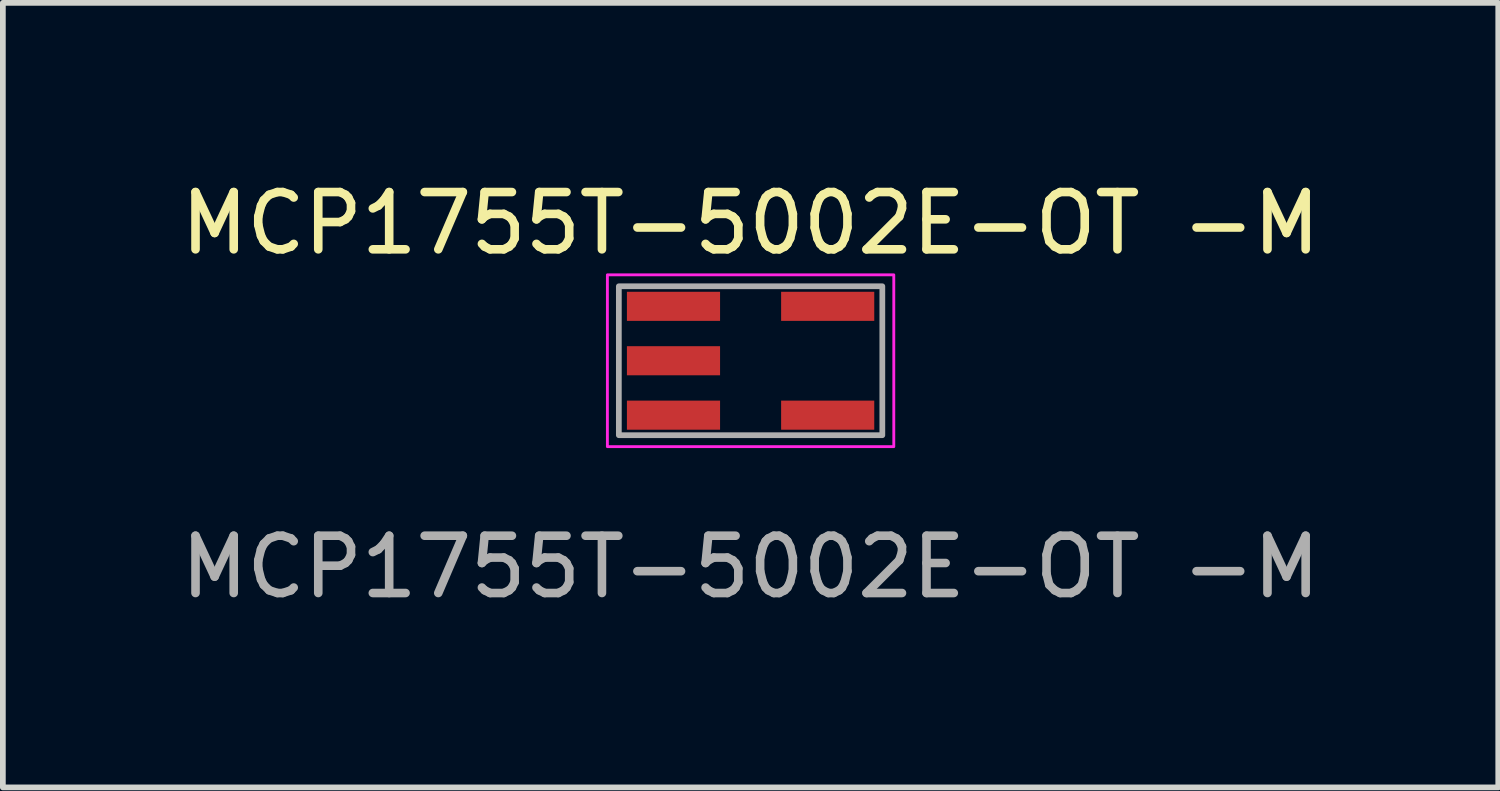
<source format=kicad_pcb>
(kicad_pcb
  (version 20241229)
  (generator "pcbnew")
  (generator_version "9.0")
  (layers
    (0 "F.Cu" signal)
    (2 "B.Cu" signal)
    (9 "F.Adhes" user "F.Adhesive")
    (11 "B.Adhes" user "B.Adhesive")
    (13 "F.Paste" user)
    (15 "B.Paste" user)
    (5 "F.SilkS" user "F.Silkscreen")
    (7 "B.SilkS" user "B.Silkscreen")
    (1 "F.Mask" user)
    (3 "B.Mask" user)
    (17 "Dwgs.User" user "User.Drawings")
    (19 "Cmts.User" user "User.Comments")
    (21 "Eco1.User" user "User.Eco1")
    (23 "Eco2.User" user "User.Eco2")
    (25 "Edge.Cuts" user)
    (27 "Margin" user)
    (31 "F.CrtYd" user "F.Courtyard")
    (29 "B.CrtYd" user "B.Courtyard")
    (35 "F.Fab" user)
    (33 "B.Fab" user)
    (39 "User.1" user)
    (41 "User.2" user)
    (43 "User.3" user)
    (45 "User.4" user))
  (footprint "MCP1755T-5002E-OT -M"
    (layer "F.Cu")
    (at 10.054 3.248)
    (property "Reference" "MCP1755T-5002E-OT -M" (at 0 -2.4 0) (unlocked yes) (layer "F.SilkS") (effects (font (size 1 1) (thickness 0.15))))
    (attr smd)
    (fp_rect (start -2.5 -1.5) (end 2.5 1.5) (stroke (width 0.05) (type default)) (fill no) (layer "F.CrtYd"))
    (fp_rect (start -2.3 -1.3) (end 2.3 1.3) (stroke (width 0.1) (type default)) (fill no) (layer "F.Fab"))
    (fp_text user "${REFERENCE}" (at 0 3.6 0) (unlocked yes) (layer "F.Fab") (effects (font (size 1 1) (thickness 0.15))))
    (pad "1" smd rect (at -1.346 -0.95) (size 1.626 0.508) (layers "F.Cu" "F.Mask" "F.Paste"))
    (pad "2" smd rect (at -1.346 0) (size 1.626 0.508) (layers "F.Cu" "F.Mask" "F.Paste"))
    (pad "3" smd rect (at -1.346 0.95) (size 1.626 0.508) (layers "F.Cu" "F.Mask" "F.Paste"))
    (pad "4" smd rect (at 1.346 0.95) (size 1.626 0.508) (layers "F.Cu" "F.Mask" "F.Paste"))
    (pad "5" smd rect (at 1.346 -0.95) (size 1.626 0.508) (layers "F.Cu" "F.Mask" "F.Paste")))
  (gr_rect
    (start -3 -3)
    (end 23.107 10.697)
    (stroke (width 0.1) (type default))
    (fill no)
    (layer "Edge.Cuts")))
</source>
